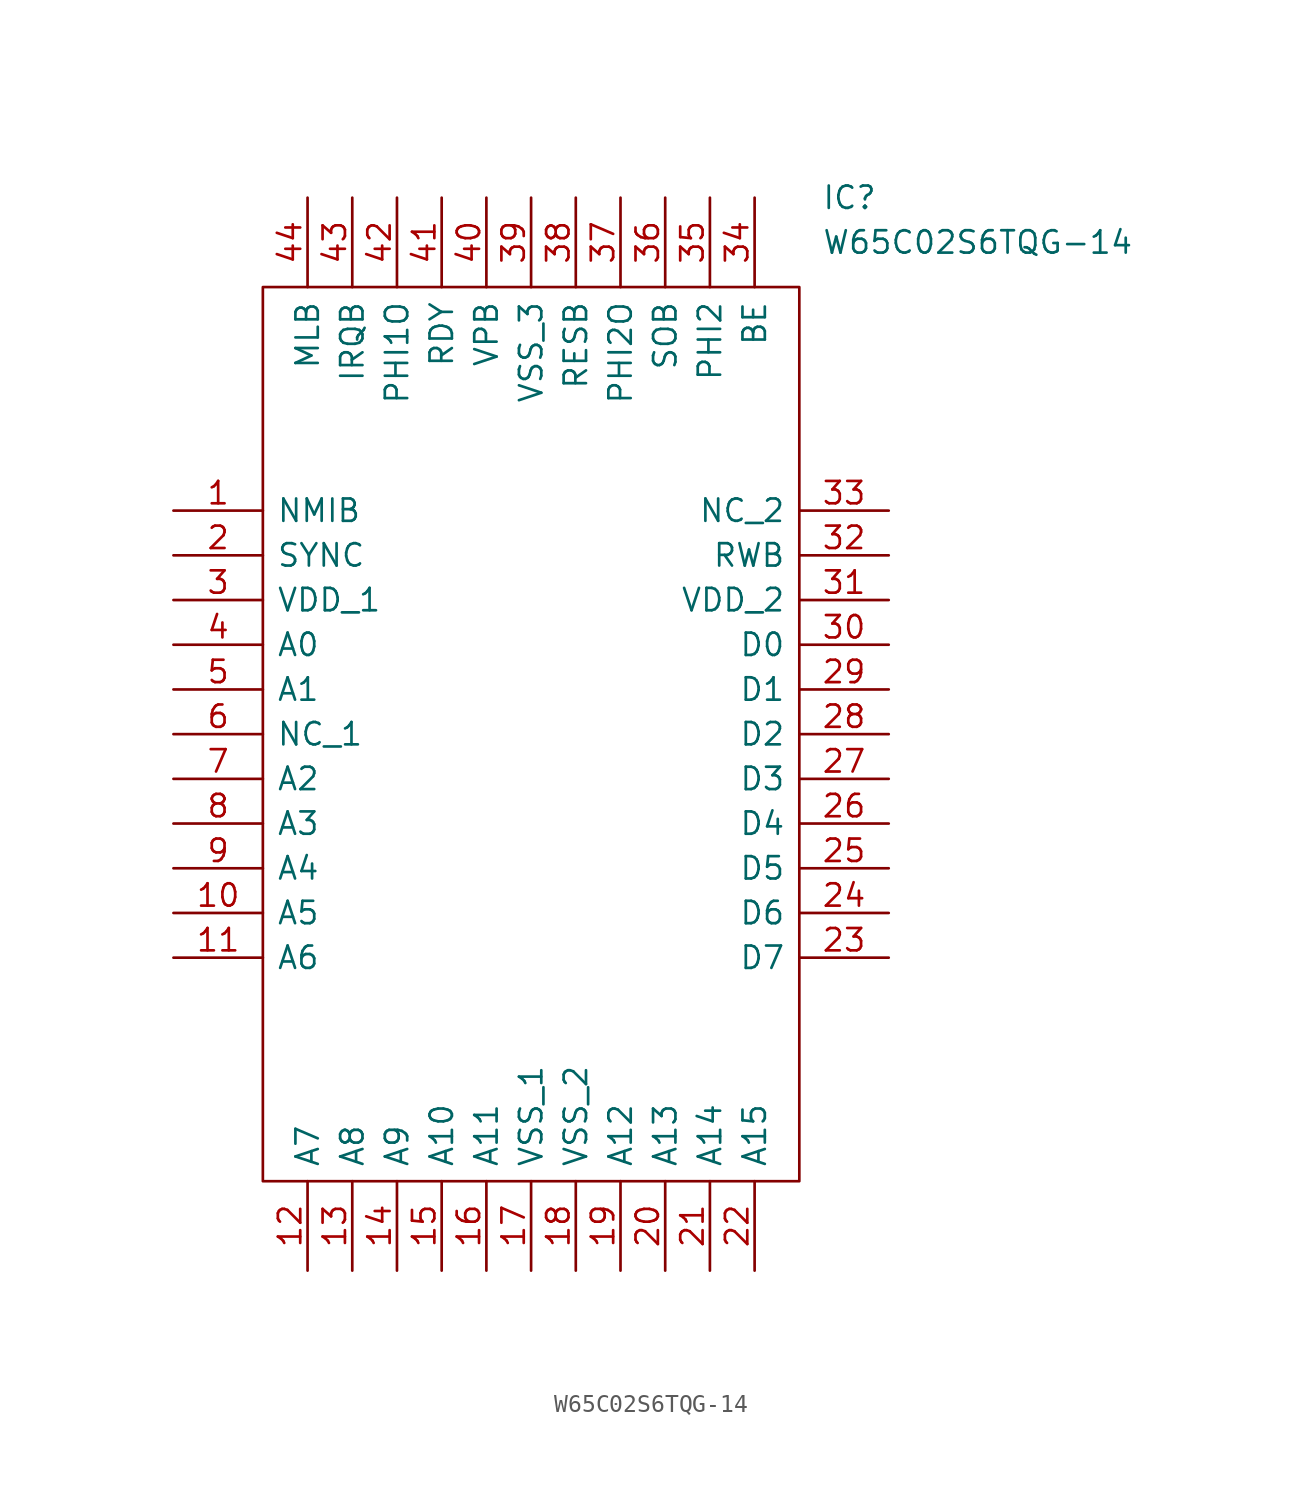
<source format=kicad_sym>
(kicad_symbol_lib
  (version 20220914)
  (generator kicad_symbol_editor)
  (symbol "W65C02S6TQG-14"
    (pin_names
      (offset 0.762))
    (property "Reference" "IC"
      (at 36.83 17.78 0)
      (effects (font (size 1.27 1.27)) (justify left)))
    (property "Value" "W65C02S6TQG-14"
      (at 36.83 15.24 0)
      (effects (font (size 1.27 1.27)) (justify left)))
    (symbol "W65C02S6TQG-14_0_0"
      (pin passive line (at 0 0 0) (length 5.08) (name "NMIB" (effects (font (size 1.27 1.27)))) (number "1" (effects (font (size 1.27 1.27)))))
      (pin passive line (at 0 -22.86 0) (length 5.08) (name "A5" (effects (font (size 1.27 1.27)))) (number "10" (effects (font (size 1.27 1.27)))))
      (pin passive line (at 0 -25.4 0) (length 5.08) (name "A6" (effects (font (size 1.27 1.27)))) (number "11" (effects (font (size 1.27 1.27)))))
      (pin passive line (at 7.62 -43.18 90) (length 5.08) (name "A7" (effects (font (size 1.27 1.27)))) (number "12" (effects (font (size 1.27 1.27)))))
      (pin passive line (at 10.16 -43.18 90) (length 5.08) (name "A8" (effects (font (size 1.27 1.27)))) (number "13" (effects (font (size 1.27 1.27)))))
      (pin passive line (at 12.7 -43.18 90) (length 5.08) (name "A9" (effects (font (size 1.27 1.27)))) (number "14" (effects (font (size 1.27 1.27)))))
      (pin passive line (at 15.24 -43.18 90) (length 5.08) (name "A10" (effects (font (size 1.27 1.27)))) (number "15" (effects (font (size 1.27 1.27)))))
      (pin passive line (at 17.78 -43.18 90) (length 5.08) (name "A11" (effects (font (size 1.27 1.27)))) (number "16" (effects (font (size 1.27 1.27)))))
      (pin passive line (at 20.32 -43.18 90) (length 5.08) (name "VSS_1" (effects (font (size 1.27 1.27)))) (number "17" (effects (font (size 1.27 1.27)))))
      (pin passive line (at 22.86 -43.18 90) (length 5.08) (name "VSS_2" (effects (font (size 1.27 1.27)))) (number "18" (effects (font (size 1.27 1.27)))))
      (pin passive line (at 25.4 -43.18 90) (length 5.08) (name "A12" (effects (font (size 1.27 1.27)))) (number "19" (effects (font (size 1.27 1.27)))))
      (pin passive line (at 0 -2.54 0) (length 5.08) (name "SYNC" (effects (font (size 1.27 1.27)))) (number "2" (effects (font (size 1.27 1.27)))))
      (pin passive line (at 27.94 -43.18 90) (length 5.08) (name "A13" (effects (font (size 1.27 1.27)))) (number "20" (effects (font (size 1.27 1.27)))))
      (pin passive line (at 30.48 -43.18 90) (length 5.08) (name "A14" (effects (font (size 1.27 1.27)))) (number "21" (effects (font (size 1.27 1.27)))))
      (pin passive line (at 33.02 -43.18 90) (length 5.08) (name "A15" (effects (font (size 1.27 1.27)))) (number "22" (effects (font (size 1.27 1.27)))))
      (pin passive line (at 40.64 -25.4 180) (length 5.08) (name "D7" (effects (font (size 1.27 1.27)))) (number "23" (effects (font (size 1.27 1.27)))))
      (pin passive line (at 40.64 -22.86 180) (length 5.08) (name "D6" (effects (font (size 1.27 1.27)))) (number "24" (effects (font (size 1.27 1.27)))))
      (pin passive line (at 40.64 -20.32 180) (length 5.08) (name "D5" (effects (font (size 1.27 1.27)))) (number "25" (effects (font (size 1.27 1.27)))))
      (pin passive line (at 40.64 -17.78 180) (length 5.08) (name "D4" (effects (font (size 1.27 1.27)))) (number "26" (effects (font (size 1.27 1.27)))))
      (pin passive line (at 40.64 -15.24 180) (length 5.08) (name "D3" (effects (font (size 1.27 1.27)))) (number "27" (effects (font (size 1.27 1.27)))))
      (pin passive line (at 40.64 -12.7 180) (length 5.08) (name "D2" (effects (font (size 1.27 1.27)))) (number "28" (effects (font (size 1.27 1.27)))))
      (pin passive line (at 40.64 -10.16 180) (length 5.08) (name "D1" (effects (font (size 1.27 1.27)))) (number "29" (effects (font (size 1.27 1.27)))))
      (pin passive line (at 0 -5.08 0) (length 5.08) (name "VDD_1" (effects (font (size 1.27 1.27)))) (number "3" (effects (font (size 1.27 1.27)))))
      (pin passive line (at 40.64 -7.62 180) (length 5.08) (name "D0" (effects (font (size 1.27 1.27)))) (number "30" (effects (font (size 1.27 1.27)))))
      (pin passive line (at 40.64 -5.08 180) (length 5.08) (name "VDD_2" (effects (font (size 1.27 1.27)))) (number "31" (effects (font (size 1.27 1.27)))))
      (pin passive line (at 40.64 -2.54 180) (length 5.08) (name "RWB" (effects (font (size 1.27 1.27)))) (number "32" (effects (font (size 1.27 1.27)))))
      (pin passive line (at 40.64 0 180) (length 5.08) (name "NC_2" (effects (font (size 1.27 1.27)))) (number "33" (effects (font (size 1.27 1.27)))))
      (pin passive line (at 33.02 17.78 270) (length 5.08) (name "BE" (effects (font (size 1.27 1.27)))) (number "34" (effects (font (size 1.27 1.27)))))
      (pin passive line (at 30.48 17.78 270) (length 5.08) (name "PHI2" (effects (font (size 1.27 1.27)))) (number "35" (effects (font (size 1.27 1.27)))))
      (pin passive line (at 27.94 17.78 270) (length 5.08) (name "SOB" (effects (font (size 1.27 1.27)))) (number "36" (effects (font (size 1.27 1.27)))))
      (pin passive line (at 25.4 17.78 270) (length 5.08) (name "PHI2O" (effects (font (size 1.27 1.27)))) (number "37" (effects (font (size 1.27 1.27)))))
      (pin passive line (at 22.86 17.78 270) (length 5.08) (name "RESB" (effects (font (size 1.27 1.27)))) (number "38" (effects (font (size 1.27 1.27)))))
      (pin passive line (at 20.32 17.78 270) (length 5.08) (name "VSS_3" (effects (font (size 1.27 1.27)))) (number "39" (effects (font (size 1.27 1.27)))))
      (pin passive line (at 0 -7.62 0) (length 5.08) (name "A0" (effects (font (size 1.27 1.27)))) (number "4" (effects (font (size 1.27 1.27)))))
      (pin passive line (at 17.78 17.78 270) (length 5.08) (name "VPB" (effects (font (size 1.27 1.27)))) (number "40" (effects (font (size 1.27 1.27)))))
      (pin passive line (at 15.24 17.78 270) (length 5.08) (name "RDY" (effects (font (size 1.27 1.27)))) (number "41" (effects (font (size 1.27 1.27)))))
      (pin passive line (at 12.7 17.78 270) (length 5.08) (name "PHI1O" (effects (font (size 1.27 1.27)))) (number "42" (effects (font (size 1.27 1.27)))))
      (pin passive line (at 10.16 17.78 270) (length 5.08) (name "IRQB" (effects (font (size 1.27 1.27)))) (number "43" (effects (font (size 1.27 1.27)))))
      (pin passive line (at 7.62 17.78 270) (length 5.08) (name "MLB" (effects (font (size 1.27 1.27)))) (number "44" (effects (font (size 1.27 1.27)))))
      (pin passive line (at 0 -10.16 0) (length 5.08) (name "A1" (effects (font (size 1.27 1.27)))) (number "5" (effects (font (size 1.27 1.27)))))
      (pin passive line (at 0 -12.7 0) (length 5.08) (name "NC_1" (effects (font (size 1.27 1.27)))) (number "6" (effects (font (size 1.27 1.27)))))
      (pin passive line (at 0 -15.24 0) (length 5.08) (name "A2" (effects (font (size 1.27 1.27)))) (number "7" (effects (font (size 1.27 1.27)))))
      (pin passive line (at 0 -17.78 0) (length 5.08) (name "A3" (effects (font (size 1.27 1.27)))) (number "8" (effects (font (size 1.27 1.27)))))
      (pin passive line (at 0 -20.32 0) (length 5.08) (name "A4" (effects (font (size 1.27 1.27)))) (number "9" (effects (font (size 1.27 1.27))))))
    (symbol "W65C02S6TQG-14_0_1"
      (polyline (pts (xy 5.08 12.7) (xy 35.56 12.7) (xy 35.56 -38.1) (xy 5.08 -38.1) (xy 5.08 12.7)) (stroke (width 0.152) (type solid)) (fill (type none))))))
</source>
